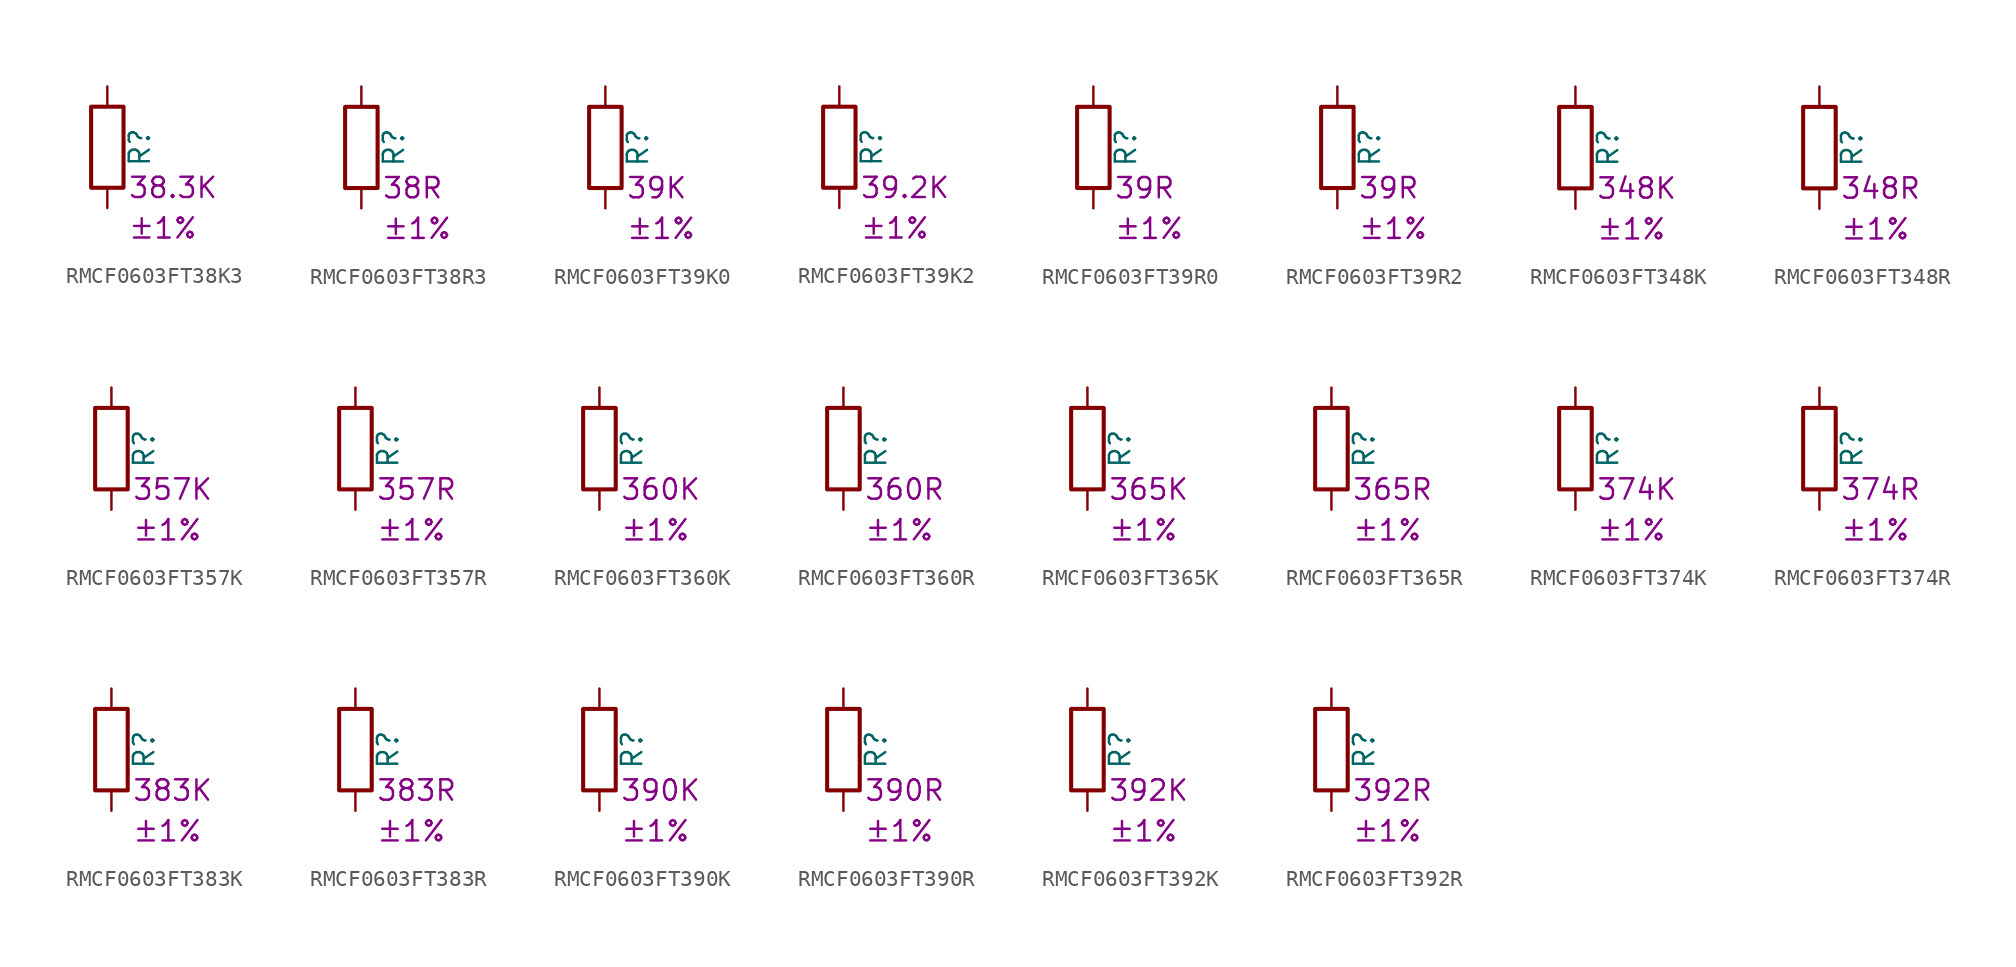
<source format=kicad_sym>
(kicad_symbol_lib
  (version 20220914)
  (generator kicad_symbol_editor)
  (symbol "RMCF0603FT38K3"
    (pin_numbers hide)
    (pin_names
      (offset 0))
    (property "Reference" "R"
      (at 2.032 0 90)
      (effects (font (size 1.27 1.27))))
    (property "Resistance" "38.3K"
      (at 1.27 -2.54 0)
      (effects (font (size 1.27 1.27)) (justify left)))
    (property "Tolerance" "±1%"
      (at 1.27 -5.08 0)
      (effects (font (size 1.27 1.27)) (justify left)))
    (symbol "RMCF0603FT38K3_0_1"
      (rectangle (start -1.016 -2.54) (end 1.016 2.54) (stroke (width 0.254) (type default)) (fill (type none))))
    (symbol "RMCF0603FT38K3_1_1"
      (pin passive line (at 0 3.81 270) (length 1.27) (name "~" (effects (font (size 1.27 1.27)))) (number "1" (effects (font (size 1.27 1.27)))))
      (pin passive line (at 0 -3.81 90) (length 1.27) (name "~" (effects (font (size 1.27 1.27)))) (number "2" (effects (font (size 1.27 1.27)))))))
  (symbol "RMCF0603FT38R3"
    (pin_numbers hide)
    (pin_names
      (offset 0))
    (property "Reference" "R"
      (at 2.032 0 90)
      (effects (font (size 1.27 1.27))))
    (property "Resistance" "38R"
      (at 1.27 -2.54 0)
      (effects (font (size 1.27 1.27)) (justify left)))
    (property "Tolerance" "±1%"
      (at 1.27 -5.08 0)
      (effects (font (size 1.27 1.27)) (justify left)))
    (symbol "RMCF0603FT38R3_0_1"
      (rectangle (start -1.016 -2.54) (end 1.016 2.54) (stroke (width 0.254) (type default)) (fill (type none))))
    (symbol "RMCF0603FT38R3_1_1"
      (pin passive line (at 0 3.81 270) (length 1.27) (name "~" (effects (font (size 1.27 1.27)))) (number "1" (effects (font (size 1.27 1.27)))))
      (pin passive line (at 0 -3.81 90) (length 1.27) (name "~" (effects (font (size 1.27 1.27)))) (number "2" (effects (font (size 1.27 1.27)))))))
  (symbol "RMCF0603FT39K0"
    (pin_numbers hide)
    (pin_names
      (offset 0))
    (property "Reference" "R"
      (at 2.032 0 90)
      (effects (font (size 1.27 1.27))))
    (property "Resistance" "39K"
      (at 1.27 -2.54 0)
      (effects (font (size 1.27 1.27)) (justify left)))
    (property "Tolerance" "±1%"
      (at 1.27 -5.08 0)
      (effects (font (size 1.27 1.27)) (justify left)))
    (symbol "RMCF0603FT39K0_0_1"
      (rectangle (start -1.016 -2.54) (end 1.016 2.54) (stroke (width 0.254) (type default)) (fill (type none))))
    (symbol "RMCF0603FT39K0_1_1"
      (pin passive line (at 0 3.81 270) (length 1.27) (name "~" (effects (font (size 1.27 1.27)))) (number "1" (effects (font (size 1.27 1.27)))))
      (pin passive line (at 0 -3.81 90) (length 1.27) (name "~" (effects (font (size 1.27 1.27)))) (number "2" (effects (font (size 1.27 1.27)))))))
  (symbol "RMCF0603FT39K2"
    (pin_numbers hide)
    (pin_names
      (offset 0))
    (property "Reference" "R"
      (at 2.032 0 90)
      (effects (font (size 1.27 1.27))))
    (property "Resistance" "39.2K"
      (at 1.27 -2.54 0)
      (effects (font (size 1.27 1.27)) (justify left)))
    (property "Tolerance" "±1%"
      (at 1.27 -5.08 0)
      (effects (font (size 1.27 1.27)) (justify left)))
    (symbol "RMCF0603FT39K2_0_1"
      (rectangle (start -1.016 -2.54) (end 1.016 2.54) (stroke (width 0.254) (type default)) (fill (type none))))
    (symbol "RMCF0603FT39K2_1_1"
      (pin passive line (at 0 3.81 270) (length 1.27) (name "~" (effects (font (size 1.27 1.27)))) (number "1" (effects (font (size 1.27 1.27)))))
      (pin passive line (at 0 -3.81 90) (length 1.27) (name "~" (effects (font (size 1.27 1.27)))) (number "2" (effects (font (size 1.27 1.27)))))))
  (symbol "RMCF0603FT39R0"
    (pin_numbers hide)
    (pin_names
      (offset 0))
    (property "Reference" "R"
      (at 2.032 0 90)
      (effects (font (size 1.27 1.27))))
    (property "Resistance" "39R"
      (at 1.27 -2.54 0)
      (effects (font (size 1.27 1.27)) (justify left)))
    (property "Tolerance" "±1%"
      (at 1.27 -5.08 0)
      (effects (font (size 1.27 1.27)) (justify left)))
    (symbol "RMCF0603FT39R0_0_1"
      (rectangle (start -1.016 -2.54) (end 1.016 2.54) (stroke (width 0.254) (type default)) (fill (type none))))
    (symbol "RMCF0603FT39R0_1_1"
      (pin passive line (at 0 3.81 270) (length 1.27) (name "~" (effects (font (size 1.27 1.27)))) (number "1" (effects (font (size 1.27 1.27)))))
      (pin passive line (at 0 -3.81 90) (length 1.27) (name "~" (effects (font (size 1.27 1.27)))) (number "2" (effects (font (size 1.27 1.27)))))))
  (symbol "RMCF0603FT39R2"
    (pin_numbers hide)
    (pin_names
      (offset 0))
    (property "Reference" "R"
      (at 2.032 0 90)
      (effects (font (size 1.27 1.27))))
    (property "Resistance" "39R"
      (at 1.27 -2.54 0)
      (effects (font (size 1.27 1.27)) (justify left)))
    (property "Tolerance" "±1%"
      (at 1.27 -5.08 0)
      (effects (font (size 1.27 1.27)) (justify left)))
    (symbol "RMCF0603FT39R2_0_1"
      (rectangle (start -1.016 -2.54) (end 1.016 2.54) (stroke (width 0.254) (type default)) (fill (type none))))
    (symbol "RMCF0603FT39R2_1_1"
      (pin passive line (at 0 3.81 270) (length 1.27) (name "~" (effects (font (size 1.27 1.27)))) (number "1" (effects (font (size 1.27 1.27)))))
      (pin passive line (at 0 -3.81 90) (length 1.27) (name "~" (effects (font (size 1.27 1.27)))) (number "2" (effects (font (size 1.27 1.27)))))))
  (symbol "RMCF0603FT348K"
    (pin_numbers hide)
    (pin_names
      (offset 0))
    (property "Reference" "R"
      (at 2.032 0 90)
      (effects (font (size 1.27 1.27))))
    (property "Resistance" "348K"
      (at 1.27 -2.54 0)
      (effects (font (size 1.27 1.27)) (justify left)))
    (property "Tolerance" "±1%"
      (at 1.27 -5.08 0)
      (effects (font (size 1.27 1.27)) (justify left)))
    (symbol "RMCF0603FT348K_0_1"
      (rectangle (start -1.016 -2.54) (end 1.016 2.54) (stroke (width 0.254) (type default)) (fill (type none))))
    (symbol "RMCF0603FT348K_1_1"
      (pin passive line (at 0 3.81 270) (length 1.27) (name "~" (effects (font (size 1.27 1.27)))) (number "1" (effects (font (size 1.27 1.27)))))
      (pin passive line (at 0 -3.81 90) (length 1.27) (name "~" (effects (font (size 1.27 1.27)))) (number "2" (effects (font (size 1.27 1.27)))))))
  (symbol "RMCF0603FT348R"
    (pin_numbers hide)
    (pin_names
      (offset 0))
    (property "Reference" "R"
      (at 2.032 0 90)
      (effects (font (size 1.27 1.27))))
    (property "Resistance" "348R"
      (at 1.27 -2.54 0)
      (effects (font (size 1.27 1.27)) (justify left)))
    (property "Tolerance" "±1%"
      (at 1.27 -5.08 0)
      (effects (font (size 1.27 1.27)) (justify left)))
    (symbol "RMCF0603FT348R_0_1"
      (rectangle (start -1.016 -2.54) (end 1.016 2.54) (stroke (width 0.254) (type default)) (fill (type none))))
    (symbol "RMCF0603FT348R_1_1"
      (pin passive line (at 0 3.81 270) (length 1.27) (name "~" (effects (font (size 1.27 1.27)))) (number "1" (effects (font (size 1.27 1.27)))))
      (pin passive line (at 0 -3.81 90) (length 1.27) (name "~" (effects (font (size 1.27 1.27)))) (number "2" (effects (font (size 1.27 1.27)))))))
  (symbol "RMCF0603FT357K"
    (pin_numbers hide)
    (pin_names
      (offset 0))
    (property "Reference" "R"
      (at 2.032 0 90)
      (effects (font (size 1.27 1.27))))
    (property "Resistance" "357K"
      (at 1.27 -2.54 0)
      (effects (font (size 1.27 1.27)) (justify left)))
    (property "Tolerance" "±1%"
      (at 1.27 -5.08 0)
      (effects (font (size 1.27 1.27)) (justify left)))
    (symbol "RMCF0603FT357K_0_1"
      (rectangle (start -1.016 -2.54) (end 1.016 2.54) (stroke (width 0.254) (type default)) (fill (type none))))
    (symbol "RMCF0603FT357K_1_1"
      (pin passive line (at 0 3.81 270) (length 1.27) (name "~" (effects (font (size 1.27 1.27)))) (number "1" (effects (font (size 1.27 1.27)))))
      (pin passive line (at 0 -3.81 90) (length 1.27) (name "~" (effects (font (size 1.27 1.27)))) (number "2" (effects (font (size 1.27 1.27)))))))
  (symbol "RMCF0603FT357R"
    (pin_numbers hide)
    (pin_names
      (offset 0))
    (property "Reference" "R"
      (at 2.032 0 90)
      (effects (font (size 1.27 1.27))))
    (property "Resistance" "357R"
      (at 1.27 -2.54 0)
      (effects (font (size 1.27 1.27)) (justify left)))
    (property "Tolerance" "±1%"
      (at 1.27 -5.08 0)
      (effects (font (size 1.27 1.27)) (justify left)))
    (symbol "RMCF0603FT357R_0_1"
      (rectangle (start -1.016 -2.54) (end 1.016 2.54) (stroke (width 0.254) (type default)) (fill (type none))))
    (symbol "RMCF0603FT357R_1_1"
      (pin passive line (at 0 3.81 270) (length 1.27) (name "~" (effects (font (size 1.27 1.27)))) (number "1" (effects (font (size 1.27 1.27)))))
      (pin passive line (at 0 -3.81 90) (length 1.27) (name "~" (effects (font (size 1.27 1.27)))) (number "2" (effects (font (size 1.27 1.27)))))))
  (symbol "RMCF0603FT360K"
    (pin_numbers hide)
    (pin_names
      (offset 0))
    (property "Reference" "R"
      (at 2.032 0 90)
      (effects (font (size 1.27 1.27))))
    (property "Resistance" "360K"
      (at 1.27 -2.54 0)
      (effects (font (size 1.27 1.27)) (justify left)))
    (property "Tolerance" "±1%"
      (at 1.27 -5.08 0)
      (effects (font (size 1.27 1.27)) (justify left)))
    (symbol "RMCF0603FT360K_0_1"
      (rectangle (start -1.016 -2.54) (end 1.016 2.54) (stroke (width 0.254) (type default)) (fill (type none))))
    (symbol "RMCF0603FT360K_1_1"
      (pin passive line (at 0 3.81 270) (length 1.27) (name "~" (effects (font (size 1.27 1.27)))) (number "1" (effects (font (size 1.27 1.27)))))
      (pin passive line (at 0 -3.81 90) (length 1.27) (name "~" (effects (font (size 1.27 1.27)))) (number "2" (effects (font (size 1.27 1.27)))))))
  (symbol "RMCF0603FT360R"
    (pin_numbers hide)
    (pin_names
      (offset 0))
    (property "Reference" "R"
      (at 2.032 0 90)
      (effects (font (size 1.27 1.27))))
    (property "Resistance" "360R"
      (at 1.27 -2.54 0)
      (effects (font (size 1.27 1.27)) (justify left)))
    (property "Tolerance" "±1%"
      (at 1.27 -5.08 0)
      (effects (font (size 1.27 1.27)) (justify left)))
    (symbol "RMCF0603FT360R_0_1"
      (rectangle (start -1.016 -2.54) (end 1.016 2.54) (stroke (width 0.254) (type default)) (fill (type none))))
    (symbol "RMCF0603FT360R_1_1"
      (pin passive line (at 0 3.81 270) (length 1.27) (name "~" (effects (font (size 1.27 1.27)))) (number "1" (effects (font (size 1.27 1.27)))))
      (pin passive line (at 0 -3.81 90) (length 1.27) (name "~" (effects (font (size 1.27 1.27)))) (number "2" (effects (font (size 1.27 1.27)))))))
  (symbol "RMCF0603FT365K"
    (pin_numbers hide)
    (pin_names
      (offset 0))
    (property "Reference" "R"
      (at 2.032 0 90)
      (effects (font (size 1.27 1.27))))
    (property "Resistance" "365K"
      (at 1.27 -2.54 0)
      (effects (font (size 1.27 1.27)) (justify left)))
    (property "Tolerance" "±1%"
      (at 1.27 -5.08 0)
      (effects (font (size 1.27 1.27)) (justify left)))
    (symbol "RMCF0603FT365K_0_1"
      (rectangle (start -1.016 -2.54) (end 1.016 2.54) (stroke (width 0.254) (type default)) (fill (type none))))
    (symbol "RMCF0603FT365K_1_1"
      (pin passive line (at 0 3.81 270) (length 1.27) (name "~" (effects (font (size 1.27 1.27)))) (number "1" (effects (font (size 1.27 1.27)))))
      (pin passive line (at 0 -3.81 90) (length 1.27) (name "~" (effects (font (size 1.27 1.27)))) (number "2" (effects (font (size 1.27 1.27)))))))
  (symbol "RMCF0603FT365R"
    (pin_numbers hide)
    (pin_names
      (offset 0))
    (property "Reference" "R"
      (at 2.032 0 90)
      (effects (font (size 1.27 1.27))))
    (property "Resistance" "365R"
      (at 1.27 -2.54 0)
      (effects (font (size 1.27 1.27)) (justify left)))
    (property "Tolerance" "±1%"
      (at 1.27 -5.08 0)
      (effects (font (size 1.27 1.27)) (justify left)))
    (symbol "RMCF0603FT365R_0_1"
      (rectangle (start -1.016 -2.54) (end 1.016 2.54) (stroke (width 0.254) (type default)) (fill (type none))))
    (symbol "RMCF0603FT365R_1_1"
      (pin passive line (at 0 3.81 270) (length 1.27) (name "~" (effects (font (size 1.27 1.27)))) (number "1" (effects (font (size 1.27 1.27)))))
      (pin passive line (at 0 -3.81 90) (length 1.27) (name "~" (effects (font (size 1.27 1.27)))) (number "2" (effects (font (size 1.27 1.27)))))))
  (symbol "RMCF0603FT374K"
    (pin_numbers hide)
    (pin_names
      (offset 0))
    (property "Reference" "R"
      (at 2.032 0 90)
      (effects (font (size 1.27 1.27))))
    (property "Resistance" "374K"
      (at 1.27 -2.54 0)
      (effects (font (size 1.27 1.27)) (justify left)))
    (property "Tolerance" "±1%"
      (at 1.27 -5.08 0)
      (effects (font (size 1.27 1.27)) (justify left)))
    (symbol "RMCF0603FT374K_0_1"
      (rectangle (start -1.016 -2.54) (end 1.016 2.54) (stroke (width 0.254) (type default)) (fill (type none))))
    (symbol "RMCF0603FT374K_1_1"
      (pin passive line (at 0 3.81 270) (length 1.27) (name "~" (effects (font (size 1.27 1.27)))) (number "1" (effects (font (size 1.27 1.27)))))
      (pin passive line (at 0 -3.81 90) (length 1.27) (name "~" (effects (font (size 1.27 1.27)))) (number "2" (effects (font (size 1.27 1.27)))))))
  (symbol "RMCF0603FT374R"
    (pin_numbers hide)
    (pin_names
      (offset 0))
    (property "Reference" "R"
      (at 2.032 0 90)
      (effects (font (size 1.27 1.27))))
    (property "Resistance" "374R"
      (at 1.27 -2.54 0)
      (effects (font (size 1.27 1.27)) (justify left)))
    (property "Tolerance" "±1%"
      (at 1.27 -5.08 0)
      (effects (font (size 1.27 1.27)) (justify left)))
    (symbol "RMCF0603FT374R_0_1"
      (rectangle (start -1.016 -2.54) (end 1.016 2.54) (stroke (width 0.254) (type default)) (fill (type none))))
    (symbol "RMCF0603FT374R_1_1"
      (pin passive line (at 0 3.81 270) (length 1.27) (name "~" (effects (font (size 1.27 1.27)))) (number "1" (effects (font (size 1.27 1.27)))))
      (pin passive line (at 0 -3.81 90) (length 1.27) (name "~" (effects (font (size 1.27 1.27)))) (number "2" (effects (font (size 1.27 1.27)))))))
  (symbol "RMCF0603FT383K"
    (pin_numbers hide)
    (pin_names
      (offset 0))
    (property "Reference" "R"
      (at 2.032 0 90)
      (effects (font (size 1.27 1.27))))
    (property "Resistance" "383K"
      (at 1.27 -2.54 0)
      (effects (font (size 1.27 1.27)) (justify left)))
    (property "Tolerance" "±1%"
      (at 1.27 -5.08 0)
      (effects (font (size 1.27 1.27)) (justify left)))
    (symbol "RMCF0603FT383K_0_1"
      (rectangle (start -1.016 -2.54) (end 1.016 2.54) (stroke (width 0.254) (type default)) (fill (type none))))
    (symbol "RMCF0603FT383K_1_1"
      (pin passive line (at 0 3.81 270) (length 1.27) (name "~" (effects (font (size 1.27 1.27)))) (number "1" (effects (font (size 1.27 1.27)))))
      (pin passive line (at 0 -3.81 90) (length 1.27) (name "~" (effects (font (size 1.27 1.27)))) (number "2" (effects (font (size 1.27 1.27)))))))
  (symbol "RMCF0603FT383R"
    (pin_numbers hide)
    (pin_names
      (offset 0))
    (property "Reference" "R"
      (at 2.032 0 90)
      (effects (font (size 1.27 1.27))))
    (property "Resistance" "383R"
      (at 1.27 -2.54 0)
      (effects (font (size 1.27 1.27)) (justify left)))
    (property "Tolerance" "±1%"
      (at 1.27 -5.08 0)
      (effects (font (size 1.27 1.27)) (justify left)))
    (symbol "RMCF0603FT383R_0_1"
      (rectangle (start -1.016 -2.54) (end 1.016 2.54) (stroke (width 0.254) (type default)) (fill (type none))))
    (symbol "RMCF0603FT383R_1_1"
      (pin passive line (at 0 3.81 270) (length 1.27) (name "~" (effects (font (size 1.27 1.27)))) (number "1" (effects (font (size 1.27 1.27)))))
      (pin passive line (at 0 -3.81 90) (length 1.27) (name "~" (effects (font (size 1.27 1.27)))) (number "2" (effects (font (size 1.27 1.27)))))))
  (symbol "RMCF0603FT390K"
    (pin_numbers hide)
    (pin_names
      (offset 0))
    (property "Reference" "R"
      (at 2.032 0 90)
      (effects (font (size 1.27 1.27))))
    (property "Resistance" "390K"
      (at 1.27 -2.54 0)
      (effects (font (size 1.27 1.27)) (justify left)))
    (property "Tolerance" "±1%"
      (at 1.27 -5.08 0)
      (effects (font (size 1.27 1.27)) (justify left)))
    (symbol "RMCF0603FT390K_0_1"
      (rectangle (start -1.016 -2.54) (end 1.016 2.54) (stroke (width 0.254) (type default)) (fill (type none))))
    (symbol "RMCF0603FT390K_1_1"
      (pin passive line (at 0 3.81 270) (length 1.27) (name "~" (effects (font (size 1.27 1.27)))) (number "1" (effects (font (size 1.27 1.27)))))
      (pin passive line (at 0 -3.81 90) (length 1.27) (name "~" (effects (font (size 1.27 1.27)))) (number "2" (effects (font (size 1.27 1.27)))))))
  (symbol "RMCF0603FT390R"
    (pin_numbers hide)
    (pin_names
      (offset 0))
    (property "Reference" "R"
      (at 2.032 0 90)
      (effects (font (size 1.27 1.27))))
    (property "Resistance" "390R"
      (at 1.27 -2.54 0)
      (effects (font (size 1.27 1.27)) (justify left)))
    (property "Tolerance" "±1%"
      (at 1.27 -5.08 0)
      (effects (font (size 1.27 1.27)) (justify left)))
    (symbol "RMCF0603FT390R_0_1"
      (rectangle (start -1.016 -2.54) (end 1.016 2.54) (stroke (width 0.254) (type default)) (fill (type none))))
    (symbol "RMCF0603FT390R_1_1"
      (pin passive line (at 0 3.81 270) (length 1.27) (name "~" (effects (font (size 1.27 1.27)))) (number "1" (effects (font (size 1.27 1.27)))))
      (pin passive line (at 0 -3.81 90) (length 1.27) (name "~" (effects (font (size 1.27 1.27)))) (number "2" (effects (font (size 1.27 1.27)))))))
  (symbol "RMCF0603FT392K"
    (pin_numbers hide)
    (pin_names
      (offset 0))
    (property "Reference" "R"
      (at 2.032 0 90)
      (effects (font (size 1.27 1.27))))
    (property "Resistance" "392K"
      (at 1.27 -2.54 0)
      (effects (font (size 1.27 1.27)) (justify left)))
    (property "Tolerance" "±1%"
      (at 1.27 -5.08 0)
      (effects (font (size 1.27 1.27)) (justify left)))
    (symbol "RMCF0603FT392K_0_1"
      (rectangle (start -1.016 -2.54) (end 1.016 2.54) (stroke (width 0.254) (type default)) (fill (type none))))
    (symbol "RMCF0603FT392K_1_1"
      (pin passive line (at 0 3.81 270) (length 1.27) (name "~" (effects (font (size 1.27 1.27)))) (number "1" (effects (font (size 1.27 1.27)))))
      (pin passive line (at 0 -3.81 90) (length 1.27) (name "~" (effects (font (size 1.27 1.27)))) (number "2" (effects (font (size 1.27 1.27)))))))
  (symbol "RMCF0603FT392R"
    (pin_numbers hide)
    (pin_names
      (offset 0))
    (property "Reference" "R"
      (at 2.032 0 90)
      (effects (font (size 1.27 1.27))))
    (property "Resistance" "392R"
      (at 1.27 -2.54 0)
      (effects (font (size 1.27 1.27)) (justify left)))
    (property "Tolerance" "±1%"
      (at 1.27 -5.08 0)
      (effects (font (size 1.27 1.27)) (justify left)))
    (symbol "RMCF0603FT392R_0_1"
      (rectangle (start -1.016 -2.54) (end 1.016 2.54) (stroke (width 0.254) (type default)) (fill (type none))))
    (symbol "RMCF0603FT392R_1_1"
      (pin passive line (at 0 3.81 270) (length 1.27) (name "~" (effects (font (size 1.27 1.27)))) (number "1" (effects (font (size 1.27 1.27)))))
      (pin passive line (at 0 -3.81 90) (length 1.27) (name "~" (effects (font (size 1.27 1.27)))) (number "2" (effects (font (size 1.27 1.27))))))))
</source>
